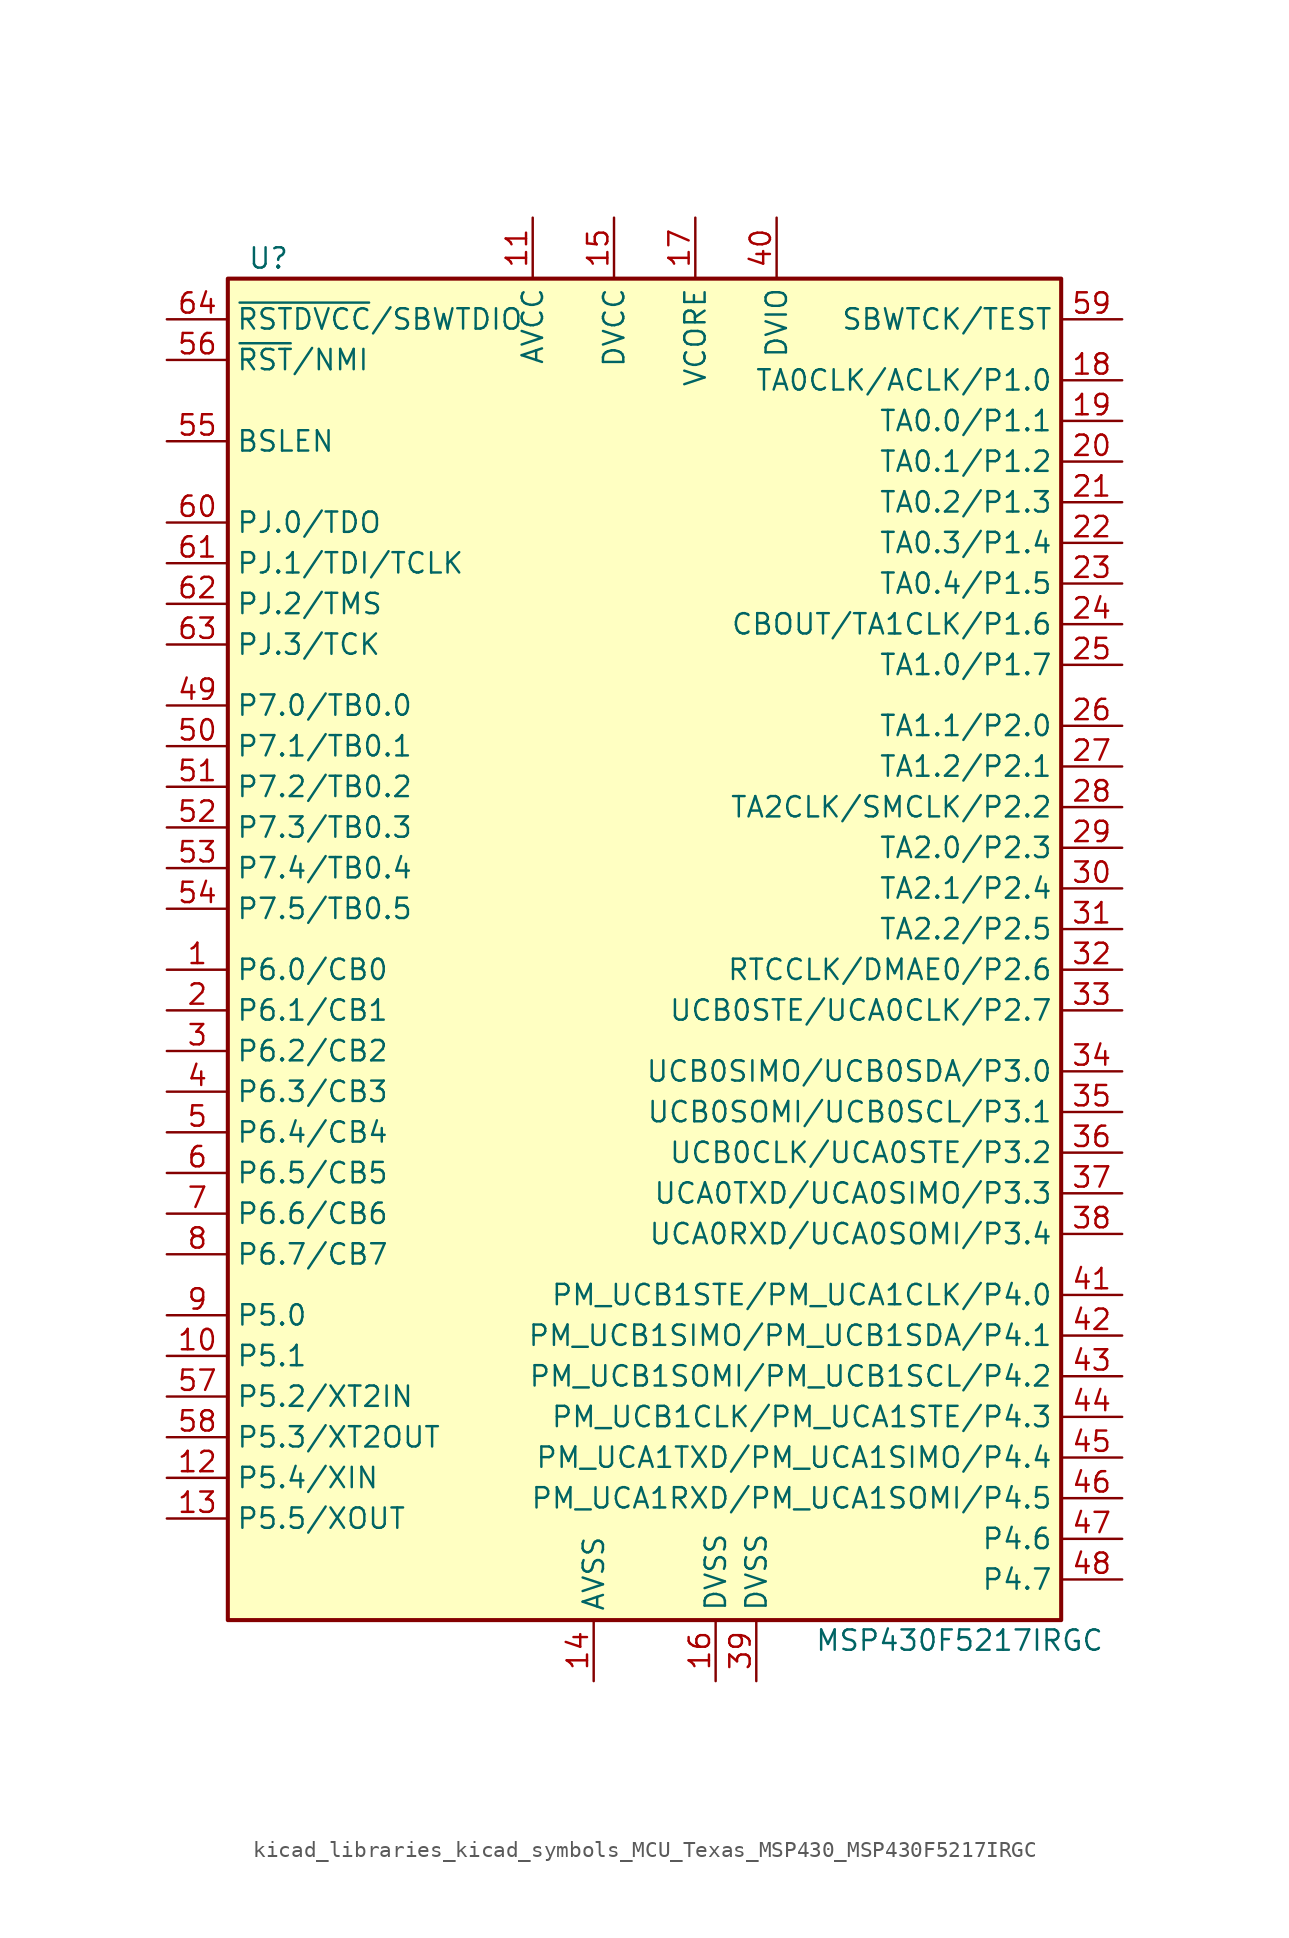
<source format=kicad_sym>
(kicad_symbol_lib
  (version 20220914)
  (generator kicad_symbol_editor)
  (symbol "kicad_libraries_kicad_symbols_MCU_Texas_MSP430_MSP430F5217IRGC"
    (property "Reference" "U"
      (at -24.13 43.18 0)
      (effects (font (size 1.27 1.27))))
    (property "Value" "MSP430F5217IRGC"
      (at 19.05 -43.18 0)
      (effects (font (size 1.27 1.27))))
    (symbol "kicad_libraries_kicad_symbols_MCU_Texas_MSP430_MSP430F5217IRGC_0_1"
      (rectangle (start -26.67 41.91) (end 25.4 -41.91) (stroke (width 0.254) (type default)) (fill (type background))))
    (symbol "kicad_libraries_kicad_symbols_MCU_Texas_MSP430_MSP430F5217IRGC_1_1"
      (pin bidirectional line (at -30.48 -1.27 0) (length 3.81) (name "P6.0/CB0" (effects (font (size 1.27 1.27)))) (number "1" (effects (font (size 1.27 1.27)))))
      (pin bidirectional line (at -30.48 -25.4 0) (length 3.81) (name "P5.1" (effects (font (size 1.27 1.27)))) (number "10" (effects (font (size 1.27 1.27)))))
      (pin power_in line (at -7.62 45.72 270) (length 3.81) (name "AVCC" (effects (font (size 1.27 1.27)))) (number "11" (effects (font (size 1.27 1.27)))))
      (pin bidirectional line (at -30.48 -33.02 0) (length 3.81) (name "P5.4/XIN" (effects (font (size 1.27 1.27)))) (number "12" (effects (font (size 1.27 1.27)))))
      (pin bidirectional line (at -30.48 -35.56 0) (length 3.81) (name "P5.5/XOUT" (effects (font (size 1.27 1.27)))) (number "13" (effects (font (size 1.27 1.27)))))
      (pin power_in line (at -3.81 -45.72 90) (length 3.81) (name "AVSS" (effects (font (size 1.27 1.27)))) (number "14" (effects (font (size 1.27 1.27)))))
      (pin power_in line (at -2.54 45.72 270) (length 3.81) (name "DVCC" (effects (font (size 1.27 1.27)))) (number "15" (effects (font (size 1.27 1.27)))))
      (pin power_in line (at 3.81 -45.72 90) (length 3.81) (name "DVSS" (effects (font (size 1.27 1.27)))) (number "16" (effects (font (size 1.27 1.27)))))
      (pin power_in line (at 2.54 45.72 270) (length 3.81) (name "VCORE" (effects (font (size 1.27 1.27)))) (number "17" (effects (font (size 1.27 1.27)))))
      (pin bidirectional line (at 29.21 35.56 180) (length 3.81) (name "TA0CLK/ACLK/P1.0" (effects (font (size 1.27 1.27)))) (number "18" (effects (font (size 1.27 1.27)))))
      (pin bidirectional line (at 29.21 33.02 180) (length 3.81) (name "TA0.0/P1.1" (effects (font (size 1.27 1.27)))) (number "19" (effects (font (size 1.27 1.27)))))
      (pin bidirectional line (at -30.48 -3.81 0) (length 3.81) (name "P6.1/CB1" (effects (font (size 1.27 1.27)))) (number "2" (effects (font (size 1.27 1.27)))))
      (pin bidirectional line (at 29.21 30.48 180) (length 3.81) (name "TA0.1/P1.2" (effects (font (size 1.27 1.27)))) (number "20" (effects (font (size 1.27 1.27)))))
      (pin bidirectional line (at 29.21 27.94 180) (length 3.81) (name "TA0.2/P1.3" (effects (font (size 1.27 1.27)))) (number "21" (effects (font (size 1.27 1.27)))))
      (pin bidirectional line (at 29.21 25.4 180) (length 3.81) (name "TA0.3/P1.4" (effects (font (size 1.27 1.27)))) (number "22" (effects (font (size 1.27 1.27)))))
      (pin bidirectional line (at 29.21 22.86 180) (length 3.81) (name "TA0.4/P1.5" (effects (font (size 1.27 1.27)))) (number "23" (effects (font (size 1.27 1.27)))))
      (pin bidirectional line (at 29.21 20.32 180) (length 3.81) (name "CBOUT/TA1CLK/P1.6" (effects (font (size 1.27 1.27)))) (number "24" (effects (font (size 1.27 1.27)))))
      (pin bidirectional line (at 29.21 17.78 180) (length 3.81) (name "TA1.0/P1.7" (effects (font (size 1.27 1.27)))) (number "25" (effects (font (size 1.27 1.27)))))
      (pin bidirectional line (at 29.21 13.97 180) (length 3.81) (name "TA1.1/P2.0" (effects (font (size 1.27 1.27)))) (number "26" (effects (font (size 1.27 1.27)))))
      (pin bidirectional line (at 29.21 11.43 180) (length 3.81) (name "TA1.2/P2.1" (effects (font (size 1.27 1.27)))) (number "27" (effects (font (size 1.27 1.27)))))
      (pin bidirectional line (at 29.21 8.89 180) (length 3.81) (name "TA2CLK/SMCLK/P2.2" (effects (font (size 1.27 1.27)))) (number "28" (effects (font (size 1.27 1.27)))))
      (pin bidirectional line (at 29.21 6.35 180) (length 3.81) (name "TA2.0/P2.3" (effects (font (size 1.27 1.27)))) (number "29" (effects (font (size 1.27 1.27)))))
      (pin bidirectional line (at -30.48 -6.35 0) (length 3.81) (name "P6.2/CB2" (effects (font (size 1.27 1.27)))) (number "3" (effects (font (size 1.27 1.27)))))
      (pin bidirectional line (at 29.21 3.81 180) (length 3.81) (name "TA2.1/P2.4" (effects (font (size 1.27 1.27)))) (number "30" (effects (font (size 1.27 1.27)))))
      (pin bidirectional line (at 29.21 1.27 180) (length 3.81) (name "TA2.2/P2.5" (effects (font (size 1.27 1.27)))) (number "31" (effects (font (size 1.27 1.27)))))
      (pin bidirectional line (at 29.21 -1.27 180) (length 3.81) (name "RTCCLK/DMAE0/P2.6" (effects (font (size 1.27 1.27)))) (number "32" (effects (font (size 1.27 1.27)))))
      (pin bidirectional line (at 29.21 -3.81 180) (length 3.81) (name "UCB0STE/UCA0CLK/P2.7" (effects (font (size 1.27 1.27)))) (number "33" (effects (font (size 1.27 1.27)))))
      (pin bidirectional line (at 29.21 -7.62 180) (length 3.81) (name "UCB0SIMO/UCB0SDA/P3.0" (effects (font (size 1.27 1.27)))) (number "34" (effects (font (size 1.27 1.27)))))
      (pin bidirectional line (at 29.21 -10.16 180) (length 3.81) (name "UCB0SOMI/UCB0SCL/P3.1" (effects (font (size 1.27 1.27)))) (number "35" (effects (font (size 1.27 1.27)))))
      (pin bidirectional line (at 29.21 -12.7 180) (length 3.81) (name "UCB0CLK/UCA0STE/P3.2" (effects (font (size 1.27 1.27)))) (number "36" (effects (font (size 1.27 1.27)))))
      (pin bidirectional line (at 29.21 -15.24 180) (length 3.81) (name "UCA0TXD/UCA0SIMO/P3.3" (effects (font (size 1.27 1.27)))) (number "37" (effects (font (size 1.27 1.27)))))
      (pin bidirectional line (at 29.21 -17.78 180) (length 3.81) (name "UCA0RXD/UCA0SOMI/P3.4" (effects (font (size 1.27 1.27)))) (number "38" (effects (font (size 1.27 1.27)))))
      (pin power_in line (at 6.35 -45.72 90) (length 3.81) (name "DVSS" (effects (font (size 1.27 1.27)))) (number "39" (effects (font (size 1.27 1.27)))))
      (pin bidirectional line (at -30.48 -8.89 0) (length 3.81) (name "P6.3/CB3" (effects (font (size 1.27 1.27)))) (number "4" (effects (font (size 1.27 1.27)))))
      (pin power_in line (at 7.62 45.72 270) (length 3.81) (name "DVIO" (effects (font (size 1.27 1.27)))) (number "40" (effects (font (size 1.27 1.27)))))
      (pin bidirectional line (at 29.21 -21.59 180) (length 3.81) (name "PM_UCB1STE/PM_UCA1CLK/P4.0" (effects (font (size 1.27 1.27)))) (number "41" (effects (font (size 1.27 1.27)))))
      (pin bidirectional line (at 29.21 -24.13 180) (length 3.81) (name "PM_UCB1SIMO/PM_UCB1SDA/P4.1" (effects (font (size 1.27 1.27)))) (number "42" (effects (font (size 1.27 1.27)))))
      (pin bidirectional line (at 29.21 -26.67 180) (length 3.81) (name "PM_UCB1SOMI/PM_UCB1SCL/P4.2" (effects (font (size 1.27 1.27)))) (number "43" (effects (font (size 1.27 1.27)))))
      (pin bidirectional line (at 29.21 -29.21 180) (length 3.81) (name "PM_UCB1CLK/PM_UCA1STE/P4.3" (effects (font (size 1.27 1.27)))) (number "44" (effects (font (size 1.27 1.27)))))
      (pin bidirectional line (at 29.21 -31.75 180) (length 3.81) (name "PM_UCA1TXD/PM_UCA1SIMO/P4.4" (effects (font (size 1.27 1.27)))) (number "45" (effects (font (size 1.27 1.27)))))
      (pin bidirectional line (at 29.21 -34.29 180) (length 3.81) (name "PM_UCA1RXD/PM_UCA1SOMI/P4.5" (effects (font (size 1.27 1.27)))) (number "46" (effects (font (size 1.27 1.27)))))
      (pin bidirectional line (at 29.21 -36.83 180) (length 3.81) (name "P4.6" (effects (font (size 1.27 1.27)))) (number "47" (effects (font (size 1.27 1.27)))))
      (pin bidirectional line (at 29.21 -39.37 180) (length 3.81) (name "P4.7" (effects (font (size 1.27 1.27)))) (number "48" (effects (font (size 1.27 1.27)))))
      (pin bidirectional line (at -30.48 15.24 0) (length 3.81) (name "P7.0/TB0.0" (effects (font (size 1.27 1.27)))) (number "49" (effects (font (size 1.27 1.27)))))
      (pin bidirectional line (at -30.48 -11.43 0) (length 3.81) (name "P6.4/CB4" (effects (font (size 1.27 1.27)))) (number "5" (effects (font (size 1.27 1.27)))))
      (pin bidirectional line (at -30.48 12.7 0) (length 3.81) (name "P7.1/TB0.1" (effects (font (size 1.27 1.27)))) (number "50" (effects (font (size 1.27 1.27)))))
      (pin bidirectional line (at -30.48 10.16 0) (length 3.81) (name "P7.2/TB0.2" (effects (font (size 1.27 1.27)))) (number "51" (effects (font (size 1.27 1.27)))))
      (pin bidirectional line (at -30.48 7.62 0) (length 3.81) (name "P7.3/TB0.3" (effects (font (size 1.27 1.27)))) (number "52" (effects (font (size 1.27 1.27)))))
      (pin bidirectional line (at -30.48 5.08 0) (length 3.81) (name "P7.4/TB0.4" (effects (font (size 1.27 1.27)))) (number "53" (effects (font (size 1.27 1.27)))))
      (pin bidirectional line (at -30.48 2.54 0) (length 3.81) (name "P7.5/TB0.5" (effects (font (size 1.27 1.27)))) (number "54" (effects (font (size 1.27 1.27)))))
      (pin bidirectional line (at -30.48 31.75 0) (length 3.81) (name "BSLEN" (effects (font (size 1.27 1.27)))) (number "55" (effects (font (size 1.27 1.27)))))
      (pin input line (at -30.48 36.83 0) (length 3.81) (name "~{RST}/NMI" (effects (font (size 1.27 1.27)))) (number "56" (effects (font (size 1.27 1.27)))))
      (pin bidirectional line (at -30.48 -27.94 0) (length 3.81) (name "P5.2/XT2IN" (effects (font (size 1.27 1.27)))) (number "57" (effects (font (size 1.27 1.27)))))
      (pin bidirectional line (at -30.48 -30.48 0) (length 3.81) (name "P5.3/XT2OUT" (effects (font (size 1.27 1.27)))) (number "58" (effects (font (size 1.27 1.27)))))
      (pin input line (at 29.21 39.37 180) (length 3.81) (name "SBWTCK/TEST" (effects (font (size 1.27 1.27)))) (number "59" (effects (font (size 1.27 1.27)))))
      (pin bidirectional line (at -30.48 -13.97 0) (length 3.81) (name "P6.5/CB5" (effects (font (size 1.27 1.27)))) (number "6" (effects (font (size 1.27 1.27)))))
      (pin bidirectional line (at -30.48 26.67 0) (length 3.81) (name "PJ.0/TDO" (effects (font (size 1.27 1.27)))) (number "60" (effects (font (size 1.27 1.27)))))
      (pin bidirectional line (at -30.48 24.13 0) (length 3.81) (name "PJ.1/TDI/TCLK" (effects (font (size 1.27 1.27)))) (number "61" (effects (font (size 1.27 1.27)))))
      (pin bidirectional line (at -30.48 21.59 0) (length 3.81) (name "PJ.2/TMS" (effects (font (size 1.27 1.27)))) (number "62" (effects (font (size 1.27 1.27)))))
      (pin bidirectional line (at -30.48 19.05 0) (length 3.81) (name "PJ.3/TCK" (effects (font (size 1.27 1.27)))) (number "63" (effects (font (size 1.27 1.27)))))
      (pin bidirectional line (at -30.48 39.37 0) (length 3.81) (name "~{RSTDVCC}/SBWTDIO" (effects (font (size 1.27 1.27)))) (number "64" (effects (font (size 1.27 1.27)))))
      (pin bidirectional line (at -30.48 -16.51 0) (length 3.81) (name "P6.6/CB6" (effects (font (size 1.27 1.27)))) (number "7" (effects (font (size 1.27 1.27)))))
      (pin bidirectional line (at -30.48 -19.05 0) (length 3.81) (name "P6.7/CB7" (effects (font (size 1.27 1.27)))) (number "8" (effects (font (size 1.27 1.27)))))
      (pin bidirectional line (at -30.48 -22.86 0) (length 3.81) (name "P5.0" (effects (font (size 1.27 1.27)))) (number "9" (effects (font (size 1.27 1.27))))))))
</source>
